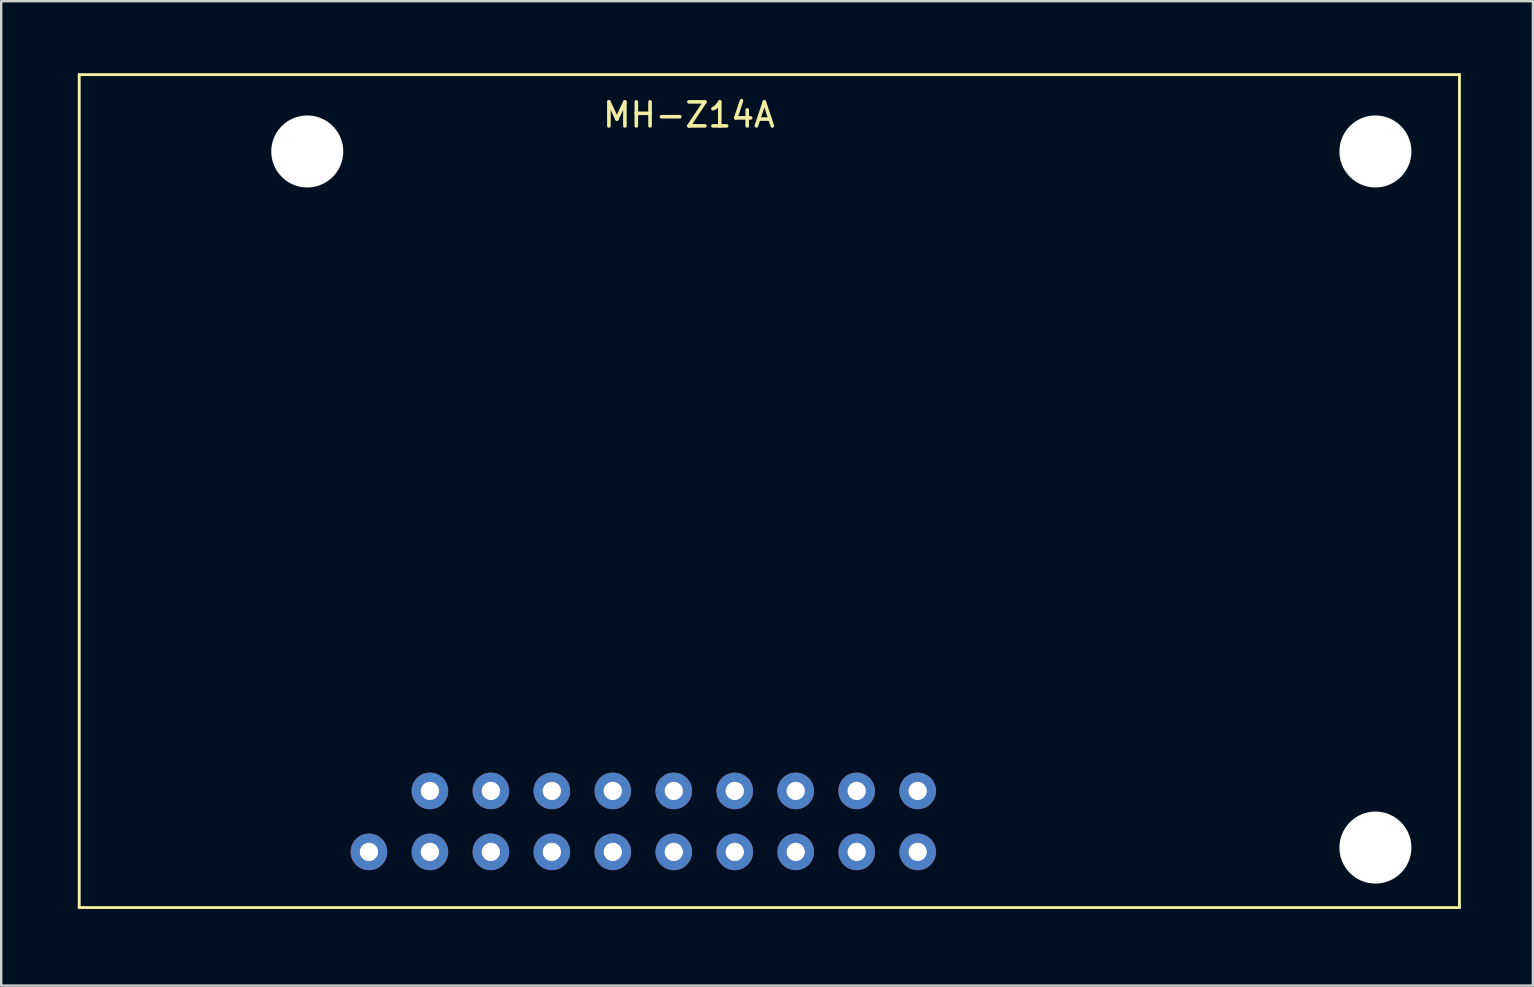
<source format=kicad_pcb>
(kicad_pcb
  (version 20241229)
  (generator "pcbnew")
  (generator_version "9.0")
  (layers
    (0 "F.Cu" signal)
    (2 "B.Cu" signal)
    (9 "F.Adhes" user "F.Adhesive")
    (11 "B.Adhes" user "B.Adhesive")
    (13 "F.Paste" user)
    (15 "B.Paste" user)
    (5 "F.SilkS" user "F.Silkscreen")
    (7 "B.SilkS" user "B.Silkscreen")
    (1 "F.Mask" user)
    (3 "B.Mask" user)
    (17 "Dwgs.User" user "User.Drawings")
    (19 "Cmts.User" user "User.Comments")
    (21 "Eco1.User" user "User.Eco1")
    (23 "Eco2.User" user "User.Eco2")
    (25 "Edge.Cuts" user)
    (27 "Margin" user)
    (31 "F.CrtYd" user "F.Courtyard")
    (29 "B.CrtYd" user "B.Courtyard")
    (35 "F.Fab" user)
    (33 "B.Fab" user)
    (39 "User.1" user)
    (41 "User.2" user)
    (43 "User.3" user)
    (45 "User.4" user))
  (footprint "MH-Z14A"
    (layer "F.Cu")
    (at 0.25 34.76)
    (property "Reference" "MH-Z14A" (at 25.4 -33.02 0) (layer "F.SilkS") (effects (font (size 1 1) (thickness 0.15))))
    (attr through_hole)
    (fp_line (start 0 -34.7) (end 0 0) (stroke (width 0.12) (type solid)) (layer "F.SilkS"))
    (fp_line (start 0 -34.7) (end 57.5 -34.7) (stroke (width 0.12) (type solid)) (layer "F.SilkS"))
    (fp_line (start 0 0) (end 57.5 0) (stroke (width 0.12) (type solid)) (layer "F.SilkS"))
    (fp_line (start 57.5 -34.7) (end 57.5 0) (stroke (width 0.12) (type solid)) (layer "F.SilkS"))
    (pad "" np_thru_hole circle (at 9.5 -31.5) (size 3 3) (drill 3) (layers "*.Cu" "*.Mask"))
    (pad "" np_thru_hole circle (at 54 -31.5) (size 3 3) (drill 3) (layers "*.Cu" "*.Mask"))
    (pad "" np_thru_hole circle (at 54 -2.5) (size 3 3) (drill 3) (layers "*.Cu" "*.Mask"))
    (pad "1" thru_hole circle (at 22.23 -2.32) (size 1.524 1.524) (drill 0.762) (layers "*.Cu" "*.Mask"))
    (pad "2" thru_hole circle (at 22.23 -4.86) (size 1.524 1.524) (drill 0.762) (layers "*.Cu" "*.Mask"))
    (pad "3" thru_hole circle (at 24.77 -2.32) (size 1.524 1.524) (drill 0.762) (layers "*.Cu" "*.Mask"))
    (pad "4" thru_hole circle (at 24.77 -4.86) (size 1.524 1.524) (drill 0.762) (layers "*.Cu" "*.Mask"))
    (pad "5" thru_hole circle (at 27.31 -2.32) (size 1.524 1.524) (drill 0.762) (layers "*.Cu" "*.Mask"))
    (pad "6" thru_hole circle (at 27.31 -4.86) (size 1.524 1.524) (drill 0.762) (layers "*.Cu" "*.Mask"))
    (pad "7" thru_hole circle (at 29.85 -2.32) (size 1.524 1.524) (drill 0.762) (layers "*.Cu" "*.Mask"))
    (pad "8" thru_hole circle (at 29.85 -4.86) (size 1.524 1.524) (drill 0.762) (layers "*.Cu" "*.Mask"))
    (pad "9" thru_hole circle (at 32.39 -2.32) (size 1.524 1.524) (drill 0.762) (layers "*.Cu" "*.Mask"))
    (pad "10" thru_hole circle (at 32.39 -4.86) (size 1.524 1.524) (drill 0.762) (layers "*.Cu" "*.Mask"))
    (pad "11" thru_hole circle (at 34.93 -2.32) (size 1.524 1.524) (drill 0.762) (layers "*.Cu" "*.Mask"))
    (pad "12" thru_hole circle (at 34.93 -4.86) (size 1.524 1.524) (drill 0.762) (layers "*.Cu" "*.Mask"))
    (pad "13" thru_hole circle (at 14.61 -4.86) (size 1.524 1.524) (drill 0.762) (layers "*.Cu" "*.Mask"))
    (pad "14" thru_hole circle (at 17.15 -4.86) (size 1.524 1.524) (drill 0.762) (layers "*.Cu" "*.Mask"))
    (pad "15" thru_hole circle (at 19.69 -4.86) (size 1.524 1.524) (drill 0.762) (layers "*.Cu" "*.Mask"))
    (pad "16" thru_hole circle (at 19.69 -2.32) (size 1.524 1.524) (drill 0.762) (layers "*.Cu" "*.Mask"))
    (pad "17" thru_hole circle (at 17.15 -2.32) (size 1.524 1.524) (drill 0.762) (layers "*.Cu" "*.Mask"))
    (pad "18" thru_hole circle (at 14.61 -2.32) (size 1.524 1.524) (drill 0.762) (layers "*.Cu" "*.Mask"))
    (pad "19" thru_hole circle (at 12.07 -2.32) (size 1.524 1.524) (drill 0.762) (layers "*.Cu" "*.Mask")))
  (gr_rect
    (start -3 -3)
    (end 60.81 38.01)
    (stroke (width 0.1) (type default))
    (fill no)
    (layer "Edge.Cuts")))
</source>
